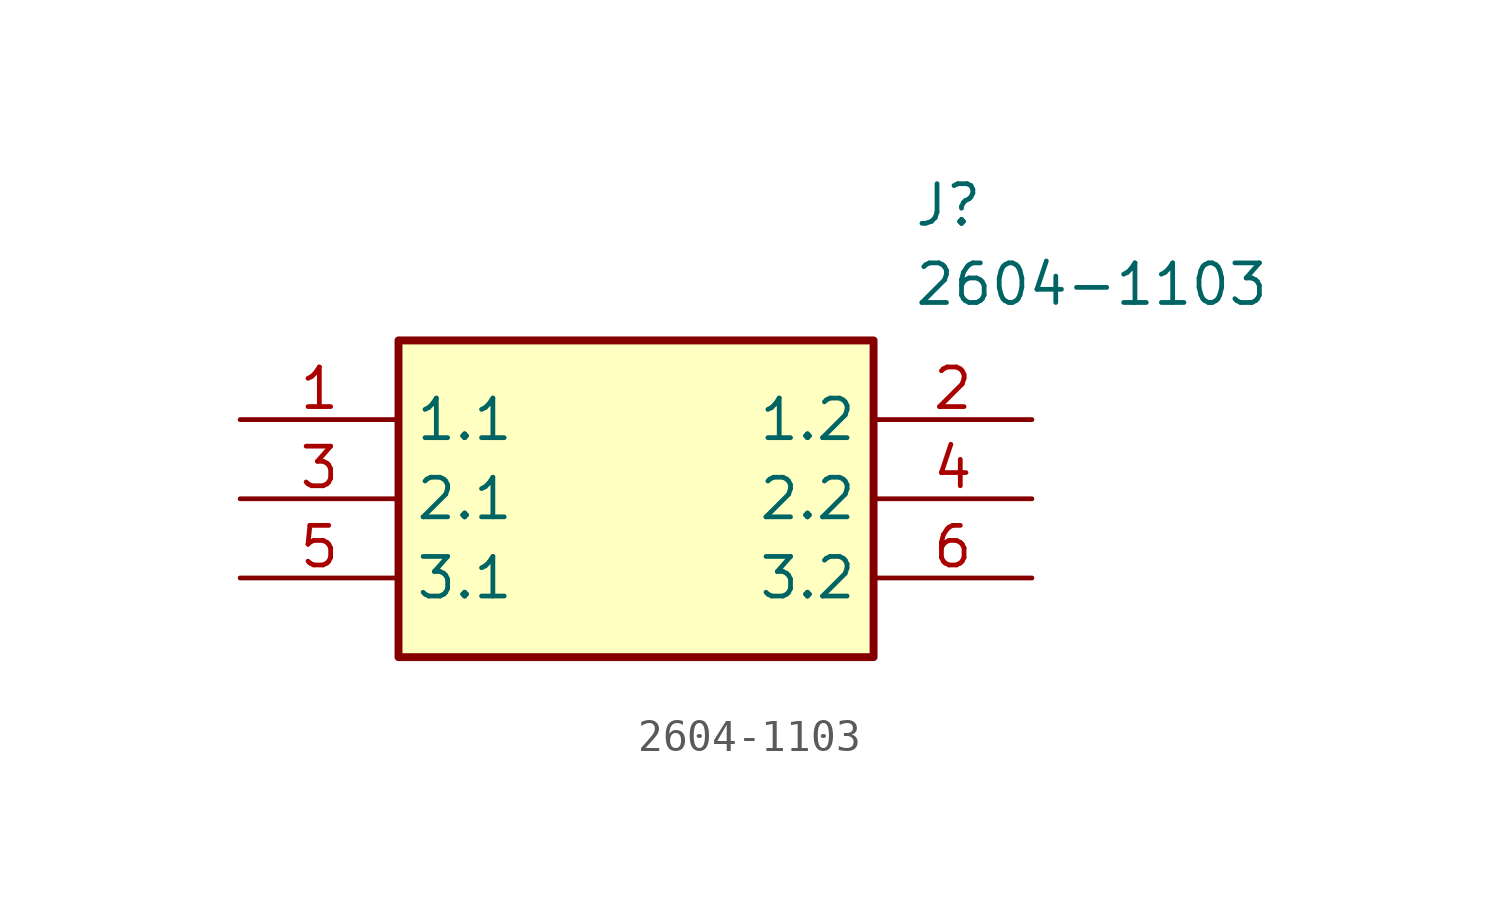
<source format=kicad_sym>
(kicad_symbol_lib
  (version 20211014)
  (generator SamacSys_ECAD_Model)
  (symbol "2604-1103"
    (property "Reference" "J"
      (at 21.59 7.62 0)
      (effects (font (size 1.27 1.27)) (justify left top)))
    (property "Value" "2604-1103"
      (at 21.59 5.08 0)
      (effects (font (size 1.27 1.27)) (justify left top)))
    (rectangle
      (start 5.08 2.54)
      (end 20.32 -7.62)
      (stroke (width 0.254) (type default))
      (fill (type background)))
    (pin passive line
      (at 0 0 0)
      (length 5.08)
      (name "1.1" (effects (font (size 1.27 1.27))))
      (number "1" (effects (font (size 1.27 1.27)))))
    (pin passive line
      (at 25.4 0 180)
      (length 5.08)
      (name "1.2" (effects (font (size 1.27 1.27))))
      (number "2" (effects (font (size 1.27 1.27)))))
    (pin passive line
      (at 0 -2.54 0)
      (length 5.08)
      (name "2.1" (effects (font (size 1.27 1.27))))
      (number "3" (effects (font (size 1.27 1.27)))))
    (pin passive line
      (at 25.4 -2.54 180)
      (length 5.08)
      (name "2.2" (effects (font (size 1.27 1.27))))
      (number "4" (effects (font (size 1.27 1.27)))))
    (pin passive line
      (at 0 -5.08 0)
      (length 5.08)
      (name "3.1" (effects (font (size 1.27 1.27))))
      (number "5" (effects (font (size 1.27 1.27)))))
    (pin passive line
      (at 25.4 -5.08 180)
      (length 5.08)
      (name "3.2" (effects (font (size 1.27 1.27))))
      (number "6" (effects (font (size 1.27 1.27)))))))
</source>
